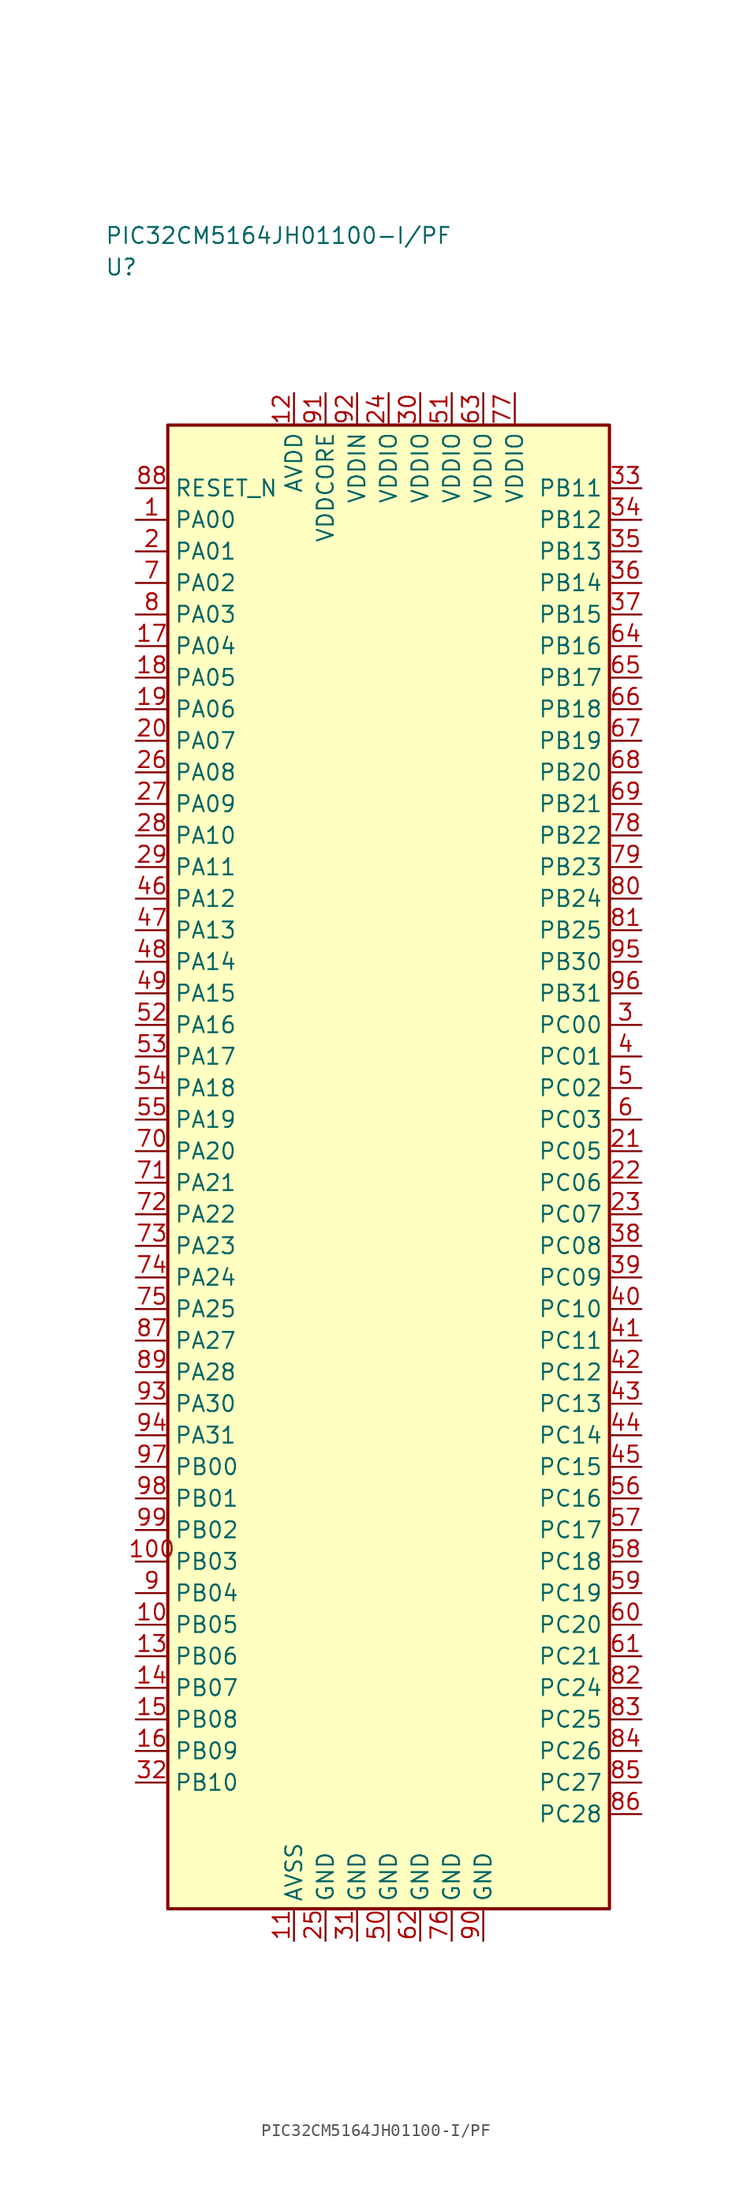
<source format=kicad_sym>
(kicad_symbol_lib
  (version 20241025)
  (generator "kicad_symbol_editor")
  (generator_version "8.0")
  (symbol "PIC32CM5164JH01100-I/PF"
    (property "Reference" "U"
      (at -22.5 71.25 0)
      (effects (font (size 1.27 1.27)) (justify left)))
    (property "Value" "PIC32CM5164JH01100-I/PF"
      (at -22.5 73.75 0)
      (effects (font (size 1.27 1.27)) (justify left)))
    (symbol "PIC32CM5164JH01100-I/PF_0_1"
      (rectangle (start -17.5 58.75) (end 17.5 -58.75) (stroke (width 0.254) (type default)) (fill (type background))))
    (symbol "PIC32CM5164JH01100-I/PF_1_1"
      (pin bidirectional line (at -20.04 51.25 0.0) (length 2.54) (name "PA00" (effects (font (size 1.27 1.27)))) (number "1" (effects (font (size 1.27 1.27)))))
      (pin bidirectional line (at -20.04 48.75 0.0) (length 2.54) (name "PA01" (effects (font (size 1.27 1.27)))) (number "2" (effects (font (size 1.27 1.27)))))
      (pin bidirectional line (at 20.04 11.25 180.0) (length 2.54) (name "PC00" (effects (font (size 1.27 1.27)))) (number "3" (effects (font (size 1.27 1.27)))))
      (pin bidirectional line (at 20.04 8.75 180.0) (length 2.54) (name "PC01" (effects (font (size 1.27 1.27)))) (number "4" (effects (font (size 1.27 1.27)))))
      (pin bidirectional line (at 20.04 6.25 180.0) (length 2.54) (name "PC02" (effects (font (size 1.27 1.27)))) (number "5" (effects (font (size 1.27 1.27)))))
      (pin bidirectional line (at 20.04 3.75 180.0) (length 2.54) (name "PC03" (effects (font (size 1.27 1.27)))) (number "6" (effects (font (size 1.27 1.27)))))
      (pin bidirectional line (at -20.04 46.25 0.0) (length 2.54) (name "PA02" (effects (font (size 1.27 1.27)))) (number "7" (effects (font (size 1.27 1.27)))))
      (pin bidirectional line (at -20.04 43.75 0.0) (length 2.54) (name "PA03" (effects (font (size 1.27 1.27)))) (number "8" (effects (font (size 1.27 1.27)))))
      (pin bidirectional line (at -20.04 -33.75 0.0) (length 2.54) (name "PB04" (effects (font (size 1.27 1.27)))) (number "9" (effects (font (size 1.27 1.27)))))
      (pin bidirectional line (at -20.04 -36.25 0.0) (length 2.54) (name "PB05" (effects (font (size 1.27 1.27)))) (number "10" (effects (font (size 1.27 1.27)))))
      (pin passive line (at -7.5 -61.29 90.0) (length 2.54) (name "AVSS" (effects (font (size 1.27 1.27)))) (number "11" (effects (font (size 1.27 1.27)))))
      (pin power_in line (at -7.5 61.29 270.0) (length 2.54) (name "AVDD" (effects (font (size 1.27 1.27)))) (number "12" (effects (font (size 1.27 1.27)))))
      (pin bidirectional line (at -20.04 -38.75 0.0) (length 2.54) (name "PB06" (effects (font (size 1.27 1.27)))) (number "13" (effects (font (size 1.27 1.27)))))
      (pin bidirectional line (at -20.04 -41.25 0.0) (length 2.54) (name "PB07" (effects (font (size 1.27 1.27)))) (number "14" (effects (font (size 1.27 1.27)))))
      (pin bidirectional line (at -20.04 -43.75 0.0) (length 2.54) (name "PB08" (effects (font (size 1.27 1.27)))) (number "15" (effects (font (size 1.27 1.27)))))
      (pin bidirectional line (at -20.04 -46.25 0.0) (length 2.54) (name "PB09" (effects (font (size 1.27 1.27)))) (number "16" (effects (font (size 1.27 1.27)))))
      (pin bidirectional line (at -20.04 41.25 0.0) (length 2.54) (name "PA04" (effects (font (size 1.27 1.27)))) (number "17" (effects (font (size 1.27 1.27)))))
      (pin bidirectional line (at -20.04 38.75 0.0) (length 2.54) (name "PA05" (effects (font (size 1.27 1.27)))) (number "18" (effects (font (size 1.27 1.27)))))
      (pin bidirectional line (at -20.04 36.25 0.0) (length 2.54) (name "PA06" (effects (font (size 1.27 1.27)))) (number "19" (effects (font (size 1.27 1.27)))))
      (pin bidirectional line (at -20.04 33.75 0.0) (length 2.54) (name "PA07" (effects (font (size 1.27 1.27)))) (number "20" (effects (font (size 1.27 1.27)))))
      (pin bidirectional line (at 20.04 1.25 180.0) (length 2.54) (name "PC05" (effects (font (size 1.27 1.27)))) (number "21" (effects (font (size 1.27 1.27)))))
      (pin bidirectional line (at 20.04 -1.25 180.0) (length 2.54) (name "PC06" (effects (font (size 1.27 1.27)))) (number "22" (effects (font (size 1.27 1.27)))))
      (pin bidirectional line (at 20.04 -3.75 180.0) (length 2.54) (name "PC07" (effects (font (size 1.27 1.27)))) (number "23" (effects (font (size 1.27 1.27)))))
      (pin power_in line (at 0.0 61.29 270.0) (length 2.54) (name "VDDIO" (effects (font (size 1.27 1.27)))) (number "24" (effects (font (size 1.27 1.27)))))
      (pin passive line (at -5.0 -61.29 90.0) (length 2.54) (name "GND" (effects (font (size 1.27 1.27)))) (number "25" (effects (font (size 1.27 1.27)))))
      (pin bidirectional line (at -20.04 31.25 0.0) (length 2.54) (name "PA08" (effects (font (size 1.27 1.27)))) (number "26" (effects (font (size 1.27 1.27)))))
      (pin bidirectional line (at -20.04 28.75 0.0) (length 2.54) (name "PA09" (effects (font (size 1.27 1.27)))) (number "27" (effects (font (size 1.27 1.27)))))
      (pin bidirectional line (at -20.04 26.25 0.0) (length 2.54) (name "PA10" (effects (font (size 1.27 1.27)))) (number "28" (effects (font (size 1.27 1.27)))))
      (pin bidirectional line (at -20.04 23.75 0.0) (length 2.54) (name "PA11" (effects (font (size 1.27 1.27)))) (number "29" (effects (font (size 1.27 1.27)))))
      (pin power_in line (at 2.5 61.29 270.0) (length 2.54) (name "VDDIO" (effects (font (size 1.27 1.27)))) (number "30" (effects (font (size 1.27 1.27)))))
      (pin passive line (at -2.5 -61.29 90.0) (length 2.54) (name "GND" (effects (font (size 1.27 1.27)))) (number "31" (effects (font (size 1.27 1.27)))))
      (pin bidirectional line (at -20.04 -48.75 0.0) (length 2.54) (name "PB10" (effects (font (size 1.27 1.27)))) (number "32" (effects (font (size 1.27 1.27)))))
      (pin bidirectional line (at 20.04 53.75 180.0) (length 2.54) (name "PB11" (effects (font (size 1.27 1.27)))) (number "33" (effects (font (size 1.27 1.27)))))
      (pin bidirectional line (at 20.04 51.25 180.0) (length 2.54) (name "PB12" (effects (font (size 1.27 1.27)))) (number "34" (effects (font (size 1.27 1.27)))))
      (pin bidirectional line (at 20.04 48.75 180.0) (length 2.54) (name "PB13" (effects (font (size 1.27 1.27)))) (number "35" (effects (font (size 1.27 1.27)))))
      (pin bidirectional line (at 20.04 46.25 180.0) (length 2.54) (name "PB14" (effects (font (size 1.27 1.27)))) (number "36" (effects (font (size 1.27 1.27)))))
      (pin bidirectional line (at 20.04 43.75 180.0) (length 2.54) (name "PB15" (effects (font (size 1.27 1.27)))) (number "37" (effects (font (size 1.27 1.27)))))
      (pin bidirectional line (at 20.04 -6.25 180.0) (length 2.54) (name "PC08" (effects (font (size 1.27 1.27)))) (number "38" (effects (font (size 1.27 1.27)))))
      (pin bidirectional line (at 20.04 -8.75 180.0) (length 2.54) (name "PC09" (effects (font (size 1.27 1.27)))) (number "39" (effects (font (size 1.27 1.27)))))
      (pin bidirectional line (at 20.04 -11.25 180.0) (length 2.54) (name "PC10" (effects (font (size 1.27 1.27)))) (number "40" (effects (font (size 1.27 1.27)))))
      (pin bidirectional line (at 20.04 -13.75 180.0) (length 2.54) (name "PC11" (effects (font (size 1.27 1.27)))) (number "41" (effects (font (size 1.27 1.27)))))
      (pin bidirectional line (at 20.04 -16.25 180.0) (length 2.54) (name "PC12" (effects (font (size 1.27 1.27)))) (number "42" (effects (font (size 1.27 1.27)))))
      (pin bidirectional line (at 20.04 -18.75 180.0) (length 2.54) (name "PC13" (effects (font (size 1.27 1.27)))) (number "43" (effects (font (size 1.27 1.27)))))
      (pin bidirectional line (at 20.04 -21.25 180.0) (length 2.54) (name "PC14" (effects (font (size 1.27 1.27)))) (number "44" (effects (font (size 1.27 1.27)))))
      (pin bidirectional line (at 20.04 -23.75 180.0) (length 2.54) (name "PC15" (effects (font (size 1.27 1.27)))) (number "45" (effects (font (size 1.27 1.27)))))
      (pin bidirectional line (at -20.04 21.25 0.0) (length 2.54) (name "PA12" (effects (font (size 1.27 1.27)))) (number "46" (effects (font (size 1.27 1.27)))))
      (pin bidirectional line (at -20.04 18.75 0.0) (length 2.54) (name "PA13" (effects (font (size 1.27 1.27)))) (number "47" (effects (font (size 1.27 1.27)))))
      (pin bidirectional line (at -20.04 16.25 0.0) (length 2.54) (name "PA14" (effects (font (size 1.27 1.27)))) (number "48" (effects (font (size 1.27 1.27)))))
      (pin bidirectional line (at -20.04 13.75 0.0) (length 2.54) (name "PA15" (effects (font (size 1.27 1.27)))) (number "49" (effects (font (size 1.27 1.27)))))
      (pin passive line (at 0.0 -61.29 90.0) (length 2.54) (name "GND" (effects (font (size 1.27 1.27)))) (number "50" (effects (font (size 1.27 1.27)))))
      (pin power_in line (at 5.0 61.29 270.0) (length 2.54) (name "VDDIO" (effects (font (size 1.27 1.27)))) (number "51" (effects (font (size 1.27 1.27)))))
      (pin bidirectional line (at -20.04 11.25 0.0) (length 2.54) (name "PA16" (effects (font (size 1.27 1.27)))) (number "52" (effects (font (size 1.27 1.27)))))
      (pin bidirectional line (at -20.04 8.75 0.0) (length 2.54) (name "PA17" (effects (font (size 1.27 1.27)))) (number "53" (effects (font (size 1.27 1.27)))))
      (pin bidirectional line (at -20.04 6.25 0.0) (length 2.54) (name "PA18" (effects (font (size 1.27 1.27)))) (number "54" (effects (font (size 1.27 1.27)))))
      (pin bidirectional line (at -20.04 3.75 0.0) (length 2.54) (name "PA19" (effects (font (size 1.27 1.27)))) (number "55" (effects (font (size 1.27 1.27)))))
      (pin bidirectional line (at 20.04 -26.25 180.0) (length 2.54) (name "PC16" (effects (font (size 1.27 1.27)))) (number "56" (effects (font (size 1.27 1.27)))))
      (pin bidirectional line (at 20.04 -28.75 180.0) (length 2.54) (name "PC17" (effects (font (size 1.27 1.27)))) (number "57" (effects (font (size 1.27 1.27)))))
      (pin bidirectional line (at 20.04 -31.25 180.0) (length 2.54) (name "PC18" (effects (font (size 1.27 1.27)))) (number "58" (effects (font (size 1.27 1.27)))))
      (pin bidirectional line (at 20.04 -33.75 180.0) (length 2.54) (name "PC19" (effects (font (size 1.27 1.27)))) (number "59" (effects (font (size 1.27 1.27)))))
      (pin bidirectional line (at 20.04 -36.25 180.0) (length 2.54) (name "PC20" (effects (font (size 1.27 1.27)))) (number "60" (effects (font (size 1.27 1.27)))))
      (pin bidirectional line (at 20.04 -38.75 180.0) (length 2.54) (name "PC21" (effects (font (size 1.27 1.27)))) (number "61" (effects (font (size 1.27 1.27)))))
      (pin passive line (at 2.5 -61.29 90.0) (length 2.54) (name "GND" (effects (font (size 1.27 1.27)))) (number "62" (effects (font (size 1.27 1.27)))))
      (pin power_in line (at 7.5 61.29 270.0) (length 2.54) (name "VDDIO" (effects (font (size 1.27 1.27)))) (number "63" (effects (font (size 1.27 1.27)))))
      (pin bidirectional line (at 20.04 41.25 180.0) (length 2.54) (name "PB16" (effects (font (size 1.27 1.27)))) (number "64" (effects (font (size 1.27 1.27)))))
      (pin bidirectional line (at 20.04 38.75 180.0) (length 2.54) (name "PB17" (effects (font (size 1.27 1.27)))) (number "65" (effects (font (size 1.27 1.27)))))
      (pin bidirectional line (at 20.04 36.25 180.0) (length 2.54) (name "PB18" (effects (font (size 1.27 1.27)))) (number "66" (effects (font (size 1.27 1.27)))))
      (pin bidirectional line (at 20.04 33.75 180.0) (length 2.54) (name "PB19" (effects (font (size 1.27 1.27)))) (number "67" (effects (font (size 1.27 1.27)))))
      (pin bidirectional line (at 20.04 31.25 180.0) (length 2.54) (name "PB20" (effects (font (size 1.27 1.27)))) (number "68" (effects (font (size 1.27 1.27)))))
      (pin bidirectional line (at 20.04 28.75 180.0) (length 2.54) (name "PB21" (effects (font (size 1.27 1.27)))) (number "69" (effects (font (size 1.27 1.27)))))
      (pin bidirectional line (at -20.04 1.25 0.0) (length 2.54) (name "PA20" (effects (font (size 1.27 1.27)))) (number "70" (effects (font (size 1.27 1.27)))))
      (pin bidirectional line (at -20.04 -1.25 0.0) (length 2.54) (name "PA21" (effects (font (size 1.27 1.27)))) (number "71" (effects (font (size 1.27 1.27)))))
      (pin bidirectional line (at -20.04 -3.75 0.0) (length 2.54) (name "PA22" (effects (font (size 1.27 1.27)))) (number "72" (effects (font (size 1.27 1.27)))))
      (pin bidirectional line (at -20.04 -6.25 0.0) (length 2.54) (name "PA23" (effects (font (size 1.27 1.27)))) (number "73" (effects (font (size 1.27 1.27)))))
      (pin bidirectional line (at -20.04 -8.75 0.0) (length 2.54) (name "PA24" (effects (font (size 1.27 1.27)))) (number "74" (effects (font (size 1.27 1.27)))))
      (pin bidirectional line (at -20.04 -11.25 0.0) (length 2.54) (name "PA25" (effects (font (size 1.27 1.27)))) (number "75" (effects (font (size 1.27 1.27)))))
      (pin passive line (at 5.0 -61.29 90.0) (length 2.54) (name "GND" (effects (font (size 1.27 1.27)))) (number "76" (effects (font (size 1.27 1.27)))))
      (pin power_in line (at 10.0 61.29 270.0) (length 2.54) (name "VDDIO" (effects (font (size 1.27 1.27)))) (number "77" (effects (font (size 1.27 1.27)))))
      (pin bidirectional line (at 20.04 26.25 180.0) (length 2.54) (name "PB22" (effects (font (size 1.27 1.27)))) (number "78" (effects (font (size 1.27 1.27)))))
      (pin bidirectional line (at 20.04 23.75 180.0) (length 2.54) (name "PB23" (effects (font (size 1.27 1.27)))) (number "79" (effects (font (size 1.27 1.27)))))
      (pin bidirectional line (at 20.04 21.25 180.0) (length 2.54) (name "PB24" (effects (font (size 1.27 1.27)))) (number "80" (effects (font (size 1.27 1.27)))))
      (pin bidirectional line (at 20.04 18.75 180.0) (length 2.54) (name "PB25" (effects (font (size 1.27 1.27)))) (number "81" (effects (font (size 1.27 1.27)))))
      (pin bidirectional line (at 20.04 -41.25 180.0) (length 2.54) (name "PC24" (effects (font (size 1.27 1.27)))) (number "82" (effects (font (size 1.27 1.27)))))
      (pin bidirectional line (at 20.04 -43.75 180.0) (length 2.54) (name "PC25" (effects (font (size 1.27 1.27)))) (number "83" (effects (font (size 1.27 1.27)))))
      (pin bidirectional line (at 20.04 -46.25 180.0) (length 2.54) (name "PC26" (effects (font (size 1.27 1.27)))) (number "84" (effects (font (size 1.27 1.27)))))
      (pin bidirectional line (at 20.04 -48.75 180.0) (length 2.54) (name "PC27" (effects (font (size 1.27 1.27)))) (number "85" (effects (font (size 1.27 1.27)))))
      (pin bidirectional line (at 20.04 -51.25 180.0) (length 2.54) (name "PC28" (effects (font (size 1.27 1.27)))) (number "86" (effects (font (size 1.27 1.27)))))
      (pin bidirectional line (at -20.04 -13.75 0.0) (length 2.54) (name "PA27" (effects (font (size 1.27 1.27)))) (number "87" (effects (font (size 1.27 1.27)))))
      (pin input line (at -20.04 53.75 0.0) (length 2.54) (name "RESET_N" (effects (font (size 1.27 1.27)))) (number "88" (effects (font (size 1.27 1.27)))))
      (pin bidirectional line (at -20.04 -16.25 0.0) (length 2.54) (name "PA28" (effects (font (size 1.27 1.27)))) (number "89" (effects (font (size 1.27 1.27)))))
      (pin passive line (at 7.5 -61.29 90.0) (length 2.54) (name "GND" (effects (font (size 1.27 1.27)))) (number "90" (effects (font (size 1.27 1.27)))))
      (pin power_in line (at -5.0 61.29 270.0) (length 2.54) (name "VDDCORE" (effects (font (size 1.27 1.27)))) (number "91" (effects (font (size 1.27 1.27)))))
      (pin power_in line (at -2.5 61.29 270.0) (length 2.54) (name "VDDIN" (effects (font (size 1.27 1.27)))) (number "92" (effects (font (size 1.27 1.27)))))
      (pin bidirectional line (at -20.04 -18.75 0.0) (length 2.54) (name "PA30" (effects (font (size 1.27 1.27)))) (number "93" (effects (font (size 1.27 1.27)))))
      (pin bidirectional line (at -20.04 -21.25 0.0) (length 2.54) (name "PA31" (effects (font (size 1.27 1.27)))) (number "94" (effects (font (size 1.27 1.27)))))
      (pin bidirectional line (at 20.04 16.25 180.0) (length 2.54) (name "PB30" (effects (font (size 1.27 1.27)))) (number "95" (effects (font (size 1.27 1.27)))))
      (pin bidirectional line (at 20.04 13.75 180.0) (length 2.54) (name "PB31" (effects (font (size 1.27 1.27)))) (number "96" (effects (font (size 1.27 1.27)))))
      (pin bidirectional line (at -20.04 -23.75 0.0) (length 2.54) (name "PB00" (effects (font (size 1.27 1.27)))) (number "97" (effects (font (size 1.27 1.27)))))
      (pin bidirectional line (at -20.04 -26.25 0.0) (length 2.54) (name "PB01" (effects (font (size 1.27 1.27)))) (number "98" (effects (font (size 1.27 1.27)))))
      (pin bidirectional line (at -20.04 -28.75 0.0) (length 2.54) (name "PB02" (effects (font (size 1.27 1.27)))) (number "99" (effects (font (size 1.27 1.27)))))
      (pin bidirectional line (at -20.04 -31.25 0.0) (length 2.54) (name "PB03" (effects (font (size 1.27 1.27)))) (number "100" (effects (font (size 1.27 1.27))))))))
</source>
